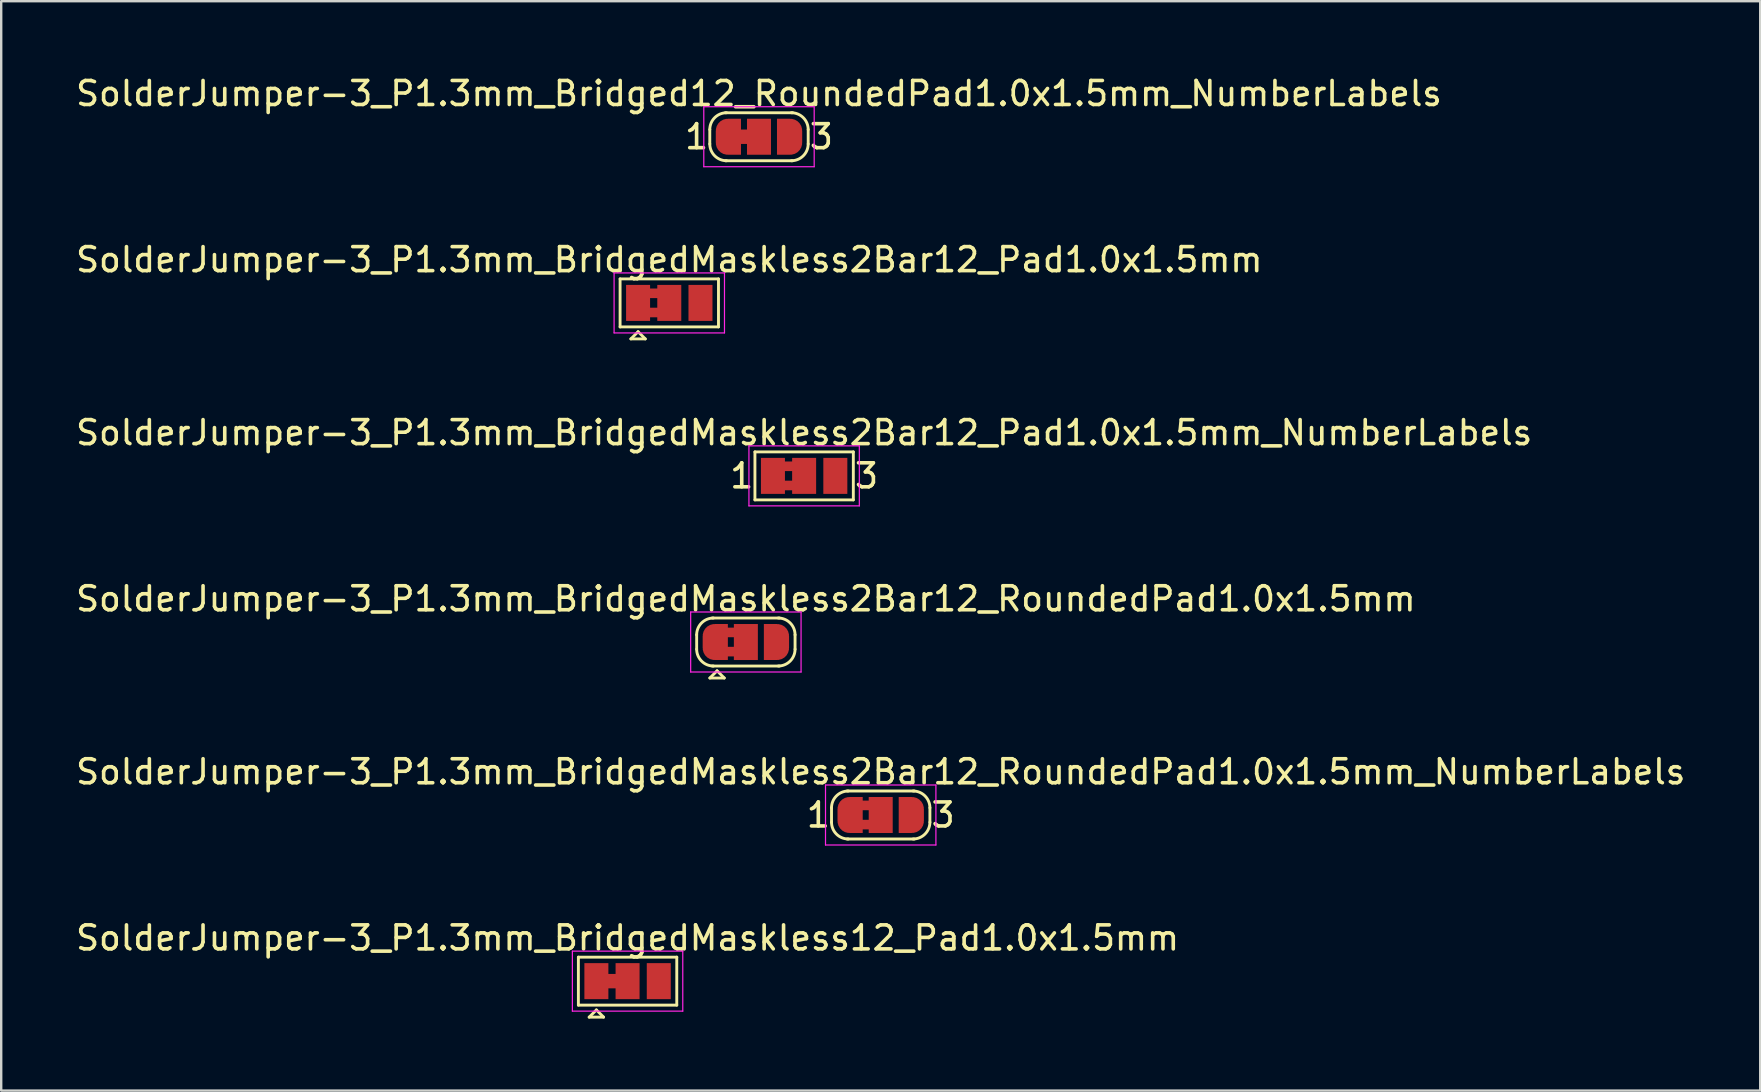
<source format=kicad_pcb>
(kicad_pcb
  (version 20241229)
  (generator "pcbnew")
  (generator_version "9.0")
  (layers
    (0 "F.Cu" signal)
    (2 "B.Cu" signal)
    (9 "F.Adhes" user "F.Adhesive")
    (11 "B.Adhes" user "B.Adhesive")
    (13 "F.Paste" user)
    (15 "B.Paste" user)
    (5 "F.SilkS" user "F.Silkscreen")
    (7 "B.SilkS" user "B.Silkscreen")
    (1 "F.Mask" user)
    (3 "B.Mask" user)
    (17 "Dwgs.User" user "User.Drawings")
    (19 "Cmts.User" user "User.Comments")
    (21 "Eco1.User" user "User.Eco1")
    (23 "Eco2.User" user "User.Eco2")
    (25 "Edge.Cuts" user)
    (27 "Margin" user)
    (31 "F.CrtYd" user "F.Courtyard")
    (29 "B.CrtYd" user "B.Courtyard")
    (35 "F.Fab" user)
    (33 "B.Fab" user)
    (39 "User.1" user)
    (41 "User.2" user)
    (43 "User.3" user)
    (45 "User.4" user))
  (footprint "SolderJumper-3_P1.3mm_BridgedMaskless2Bar12_RoundedPad1.0x1.5mm_NumberLabels"
    (layer "F.Cu")
    (at 33.649 30.911)
    (property "Reference" "SolderJumper-3_P1.3mm_BridgedMaskless2Bar12_RoundedPad1.0x1.5mm_NumberLabels" (at 0 -1.8 0) (layer "F.SilkS") (effects (font (size 1 1) (thickness 0.15))))
    (attr exclude_from_pos_files exclude_from_bom)
    (fp_poly (pts (xy -0.9 -0.6) (xy -0.4 -0.6) (xy -0.4 -0.2) (xy -0.9 -0.2)) (stroke (width 0) (type solid)) (fill yes) (layer "F.Cu"))
    (fp_poly (pts (xy -0.9 0.2) (xy -0.4 0.2) (xy -0.4 0.6) (xy -0.9 0.6)) (stroke (width 0) (type solid)) (fill yes) (layer "F.Cu"))
    (fp_poly (pts (xy -0.9 -0.6) (xy -0.4 -0.6) (xy -0.4 -0.2) (xy -0.9 -0.2)) (stroke (width 0) (type solid)) (fill yes) (layer "F.Mask"))
    (fp_poly (pts (xy -0.9 0.2) (xy -0.4 0.2) (xy -0.4 0.6) (xy -0.9 0.6)) (stroke (width 0) (type solid)) (fill yes) (layer "F.Mask"))
    (fp_line (start -2.05 0.3) (end -2.05 -0.3) (stroke (width 0.12) (type solid)) (layer "F.SilkS"))
    (fp_line (start -1.4 -1) (end 1.4 -1) (stroke (width 0.12) (type solid)) (layer "F.SilkS"))
    (fp_line (start 1.4 1) (end -1.4 1) (stroke (width 0.12) (type solid)) (layer "F.SilkS"))
    (fp_line (start 2.05 -0.3) (end 2.05 0.3) (stroke (width 0.12) (type solid)) (layer "F.SilkS"))
    (fp_arc (start -2.05 -0.3) (mid -1.844975 -0.794975) (end -1.35 -1) (stroke (width 0.12) (type solid)) (layer "F.SilkS"))
    (fp_arc (start -1.35 1) (mid -1.844975 0.794975) (end -2.05 0.3) (stroke (width 0.12) (type solid)) (layer "F.SilkS"))
    (fp_arc (start 1.35 -1) (mid 1.844975 -0.794975) (end 2.05 -0.3) (stroke (width 0.12) (type solid)) (layer "F.SilkS"))
    (fp_arc (start 2.05 0.3) (mid 1.844975 0.794975) (end 1.35 1) (stroke (width 0.12) (type solid)) (layer "F.SilkS"))
    (fp_line (start -2.3 -1.25) (end -2.3 1.25) (stroke (width 0.05) (type solid)) (layer "F.CrtYd"))
    (fp_line (start -2.3 -1.25) (end 2.3 -1.25) (stroke (width 0.05) (type solid)) (layer "F.CrtYd"))
    (fp_line (start 2.3 1.25) (end -2.3 1.25) (stroke (width 0.05) (type solid)) (layer "F.CrtYd"))
    (fp_line (start 2.3 1.25) (end 2.3 -1.25) (stroke (width 0.05) (type solid)) (layer "F.CrtYd"))
    (fp_text user "1" (at -2.6 0 0) (layer "F.SilkS") (effects (font (size 1 1) (thickness 0.15))))
    (fp_text user "3" (at 2.6 0 0) (layer "F.SilkS") (effects (font (size 1 1) (thickness 0.15))))
    (pad "1" smd custom (at -1.3 0) (size 1 0.5) (layers "F.Cu" "F.Mask") (options (anchor rect)) (primitives (gr_circle (center 0 0.25) (end 0.5 0.25) (width 0) (fill yes)) (gr_circle (center 0 -0.25) (end 0.5 -0.25) (width 0) (fill yes)) (gr_poly (pts (xy 0.55 0.75) (xy 0 0.75) (xy 0 -0.75) (xy 0.55 -0.75)) (width 0) (fill yes))))
    (pad "2" smd rect (at 0 0) (size 1 1.5) (layers "F.Cu" "F.Mask"))
    (pad "3" smd custom (at 1.3 0) (size 1 0.5) (layers "F.Cu" "F.Mask") (options (anchor rect)) (primitives (gr_circle (center 0 0.25) (end 0.5 0.25) (width 0) (fill yes)) (gr_circle (center 0 -0.25) (end 0.5 -0.25) (width 0) (fill yes)) (gr_poly (pts (xy 0 0.75) (xy -0.55 0.75) (xy -0.55 -0.75) (xy 0 -0.75)) (width 0) (fill yes)))))
  (footprint "SolderJumper-3_P1.3mm_Bridged12_RoundedPad1.0x1.5mm_NumberLabels"
    (layer "F.Cu")
    (at 28.577 2.648)
    (property "Reference" "SolderJumper-3_P1.3mm_Bridged12_RoundedPad1.0x1.5mm_NumberLabels" (at 0 -1.8 0) (layer "F.SilkS") (effects (font (size 1 1) (thickness 0.15))))
    (attr exclude_from_pos_files exclude_from_bom)
    (fp_poly (pts (xy -0.9 -0.3) (xy -0.4 -0.3) (xy -0.4 0.3) (xy -0.9 0.3)) (stroke (width 0) (type solid)) (fill yes) (layer "F.Cu"))
    (fp_line (start -2.05 0.3) (end -2.05 -0.3) (stroke (width 0.12) (type solid)) (layer "F.SilkS"))
    (fp_line (start -1.4 -1) (end 1.4 -1) (stroke (width 0.12) (type solid)) (layer "F.SilkS"))
    (fp_line (start 1.4 1) (end -1.4 1) (stroke (width 0.12) (type solid)) (layer "F.SilkS"))
    (fp_line (start 2.05 -0.3) (end 2.05 0.3) (stroke (width 0.12) (type solid)) (layer "F.SilkS"))
    (fp_arc (start -2.05 -0.3) (mid -1.844975 -0.794975) (end -1.35 -1) (stroke (width 0.12) (type solid)) (layer "F.SilkS"))
    (fp_arc (start -1.35 1) (mid -1.844975 0.794975) (end -2.05 0.3) (stroke (width 0.12) (type solid)) (layer "F.SilkS"))
    (fp_arc (start 1.35 -1) (mid 1.844975 -0.794975) (end 2.05 -0.3) (stroke (width 0.12) (type solid)) (layer "F.SilkS"))
    (fp_arc (start 2.05 0.3) (mid 1.844975 0.794975) (end 1.35 1) (stroke (width 0.12) (type solid)) (layer "F.SilkS"))
    (fp_line (start -2.3 -1.25) (end -2.3 1.25) (stroke (width 0.05) (type solid)) (layer "F.CrtYd"))
    (fp_line (start -2.3 -1.25) (end 2.3 -1.25) (stroke (width 0.05) (type solid)) (layer "F.CrtYd"))
    (fp_line (start 2.3 1.25) (end -2.3 1.25) (stroke (width 0.05) (type solid)) (layer "F.CrtYd"))
    (fp_line (start 2.3 1.25) (end 2.3 -1.25) (stroke (width 0.05) (type solid)) (layer "F.CrtYd"))
    (fp_text user "1" (at -2.6 0 0) (layer "F.SilkS") (effects (font (size 1 1) (thickness 0.15))))
    (fp_text user "3" (at 2.6 0 0) (layer "F.SilkS") (effects (font (size 1 1) (thickness 0.15))))
    (pad "1" smd custom (at -1.3 0) (size 1 0.5) (layers "F.Cu" "F.Mask") (options (anchor rect)) (primitives (gr_poly (pts (xy 0.55 0.75) (xy 0 0.75) (xy 0 -0.75) (xy 0.55 -0.75)) (width 0) (fill yes)) (gr_circle (center 0 0.25) (end 0.5 0.25) (width 0) (fill yes)) (gr_circle (center 0 -0.25) (end 0.5 -0.25) (width 0) (fill yes))))
    (pad "2" smd rect (at 0 0) (size 1 1.5) (layers "F.Cu" "F.Mask"))
    (pad "3" smd custom (at 1.3 0) (size 1 0.5) (layers "F.Cu" "F.Mask") (options (anchor rect)) (primitives (gr_circle (center 0 0.25) (end 0.5 0.25) (width 0) (fill yes)) (gr_circle (center 0 -0.25) (end 0.5 -0.25) (width 0) (fill yes)) (gr_poly (pts (xy 0 0.75) (xy -0.55 0.75) (xy -0.55 -0.75) (xy 0 -0.75)) (width 0) (fill yes)))))
  (footprint "SolderJumper-3_P1.3mm_BridgedMaskless2Bar12_Pad1.0x1.5mm_NumberLabels"
    (layer "F.Cu")
    (at 30.458 16.78)
    (property "Reference" "SolderJumper-3_P1.3mm_BridgedMaskless2Bar12_Pad1.0x1.5mm_NumberLabels" (at 0 -1.8 0) (layer "F.SilkS") (effects (font (size 1 1) (thickness 0.15))))
    (attr exclude_from_pos_files exclude_from_bom)
    (fp_poly (pts (xy -0.9 -0.6) (xy -0.4 -0.6) (xy -0.4 -0.2) (xy -0.9 -0.2)) (stroke (width 0) (type solid)) (fill yes) (layer "F.Cu"))
    (fp_poly (pts (xy -0.9 0.2) (xy -0.4 0.2) (xy -0.4 0.6) (xy -0.9 0.6)) (stroke (width 0) (type solid)) (fill yes) (layer "F.Cu"))
    (fp_poly (pts (xy -0.9 -0.6) (xy -0.4 -0.6) (xy -0.4 -0.2) (xy -0.9 -0.2)) (stroke (width 0) (type solid)) (fill yes) (layer "F.Mask"))
    (fp_poly (pts (xy -0.9 0.2) (xy -0.4 0.2) (xy -0.4 0.6) (xy -0.9 0.6)) (stroke (width 0) (type solid)) (fill yes) (layer "F.Mask"))
    (fp_line (start -2.05 -1) (end 2.05 -1) (stroke (width 0.12) (type solid)) (layer "F.SilkS"))
    (fp_line (start -2.05 1) (end -2.05 -1) (stroke (width 0.12) (type solid)) (layer "F.SilkS"))
    (fp_line (start 2.05 -1) (end 2.05 1) (stroke (width 0.12) (type solid)) (layer "F.SilkS"))
    (fp_line (start 2.05 1) (end -2.05 1) (stroke (width 0.12) (type solid)) (layer "F.SilkS"))
    (fp_line (start -2.3 -1.25) (end -2.3 1.25) (stroke (width 0.05) (type solid)) (layer "F.CrtYd"))
    (fp_line (start -2.3 -1.25) (end 2.3 -1.25) (stroke (width 0.05) (type solid)) (layer "F.CrtYd"))
    (fp_line (start 2.3 1.25) (end -2.3 1.25) (stroke (width 0.05) (type solid)) (layer "F.CrtYd"))
    (fp_line (start 2.3 1.25) (end 2.3 -1.25) (stroke (width 0.05) (type solid)) (layer "F.CrtYd"))
    (fp_text user "3" (at 2.6 0 0) (layer "F.SilkS") (effects (font (size 1 1) (thickness 0.15))))
    (fp_text user "1" (at -2.6 0 0) (layer "F.SilkS") (effects (font (size 1 1) (thickness 0.15))))
    (pad "1" smd rect (at -1.3 0) (size 1 1.5) (layers "F.Cu" "F.Mask"))
    (pad "2" smd rect (at 0 0) (size 1 1.5) (layers "F.Cu" "F.Mask"))
    (pad "3" smd rect (at 1.3 0) (size 1 1.5) (layers "F.Cu" "F.Mask")))
  (footprint "SolderJumper-3_P1.3mm_BridgedMaskless2Bar12_Pad1.0x1.5mm"
    (layer "F.Cu")
    (at 24.839 9.572)
    (property "Reference" "SolderJumper-3_P1.3mm_BridgedMaskless2Bar12_Pad1.0x1.5mm" (at 0 -1.8 0) (layer "F.SilkS") (effects (font (size 1 1) (thickness 0.15))))
    (attr exclude_from_pos_files exclude_from_bom)
    (fp_poly (pts (xy -0.9 -0.6) (xy -0.4 -0.6) (xy -0.4 -0.2) (xy -0.9 -0.2)) (stroke (width 0) (type solid)) (fill yes) (layer "F.Cu"))
    (fp_poly (pts (xy -0.9 0.2) (xy -0.4 0.2) (xy -0.4 0.6) (xy -0.9 0.6)) (stroke (width 0) (type solid)) (fill yes) (layer "F.Cu"))
    (fp_poly (pts (xy -0.9 -0.6) (xy -0.4 -0.6) (xy -0.4 -0.2) (xy -0.9 -0.2)) (stroke (width 0) (type solid)) (fill yes) (layer "F.Mask"))
    (fp_poly (pts (xy -0.9 0.2) (xy -0.4 0.2) (xy -0.4 0.6) (xy -0.9 0.6)) (stroke (width 0) (type solid)) (fill yes) (layer "F.Mask"))
    (fp_line (start -2.05 -1) (end 2.05 -1) (stroke (width 0.12) (type solid)) (layer "F.SilkS"))
    (fp_line (start -2.05 1) (end -2.05 -1) (stroke (width 0.12) (type solid)) (layer "F.SilkS"))
    (fp_line (start -1.6 1.5) (end -1 1.5) (stroke (width 0.12) (type solid)) (layer "F.SilkS"))
    (fp_line (start -1.3 1.2) (end -1.6 1.5) (stroke (width 0.12) (type solid)) (layer "F.SilkS"))
    (fp_line (start -1.3 1.2) (end -1 1.5) (stroke (width 0.12) (type solid)) (layer "F.SilkS"))
    (fp_line (start 2.05 -1) (end 2.05 1) (stroke (width 0.12) (type solid)) (layer "F.SilkS"))
    (fp_line (start 2.05 1) (end -2.05 1) (stroke (width 0.12) (type solid)) (layer "F.SilkS"))
    (fp_line (start -2.3 -1.25) (end -2.3 1.25) (stroke (width 0.05) (type solid)) (layer "F.CrtYd"))
    (fp_line (start -2.3 -1.25) (end 2.3 -1.25) (stroke (width 0.05) (type solid)) (layer "F.CrtYd"))
    (fp_line (start 2.3 1.25) (end -2.3 1.25) (stroke (width 0.05) (type solid)) (layer "F.CrtYd"))
    (fp_line (start 2.3 1.25) (end 2.3 -1.25) (stroke (width 0.05) (type solid)) (layer "F.CrtYd"))
    (pad "1" smd rect (at -1.3 0) (size 1 1.5) (layers "F.Cu" "F.Mask"))
    (pad "2" smd rect (at 0 0) (size 1 1.5) (layers "F.Cu" "F.Mask"))
    (pad "3" smd rect (at 1.3 0) (size 1 1.5) (layers "F.Cu" "F.Mask")))
  (footprint "SolderJumper-3_P1.3mm_BridgedMaskless12_Pad1.0x1.5mm"
    (layer "F.Cu")
    (at 23.101 37.834)
    (property "Reference" "SolderJumper-3_P1.3mm_BridgedMaskless12_Pad1.0x1.5mm" (at 0 -1.8 0) (layer "F.SilkS") (effects (font (size 1 1) (thickness 0.15))))
    (attr exclude_from_pos_files exclude_from_bom)
    (fp_poly (pts (xy -0.9 -0.3) (xy -0.4 -0.3) (xy -0.4 0.3) (xy -0.9 0.3)) (stroke (width 0) (type solid)) (fill yes) (layer "F.Cu"))
    (fp_poly (pts (xy -0.9 -0.3) (xy -0.4 -0.3) (xy -0.4 0.3) (xy -0.9 0.3)) (stroke (width 0) (type solid)) (fill yes) (layer "F.Mask"))
    (fp_line (start -2.05 -1) (end 2.05 -1) (stroke (width 0.12) (type solid)) (layer "F.SilkS"))
    (fp_line (start -2.05 1) (end -2.05 -1) (stroke (width 0.12) (type solid)) (layer "F.SilkS"))
    (fp_line (start -1.6 1.5) (end -1 1.5) (stroke (width 0.12) (type solid)) (layer "F.SilkS"))
    (fp_line (start -1.3 1.2) (end -1.6 1.5) (stroke (width 0.12) (type solid)) (layer "F.SilkS"))
    (fp_line (start -1.3 1.2) (end -1 1.5) (stroke (width 0.12) (type solid)) (layer "F.SilkS"))
    (fp_line (start 2.05 -1) (end 2.05 1) (stroke (width 0.12) (type solid)) (layer "F.SilkS"))
    (fp_line (start 2.05 1) (end -2.05 1) (stroke (width 0.12) (type solid)) (layer "F.SilkS"))
    (fp_line (start -2.3 -1.25) (end -2.3 1.25) (stroke (width 0.05) (type solid)) (layer "F.CrtYd"))
    (fp_line (start -2.3 -1.25) (end 2.3 -1.25) (stroke (width 0.05) (type solid)) (layer "F.CrtYd"))
    (fp_line (start 2.3 1.25) (end -2.3 1.25) (stroke (width 0.05) (type solid)) (layer "F.CrtYd"))
    (fp_line (start 2.3 1.25) (end 2.3 -1.25) (stroke (width 0.05) (type solid)) (layer "F.CrtYd"))
    (pad "1" smd rect (at -1.3 0) (size 1 1.5) (layers "F.Cu" "F.Mask"))
    (pad "2" smd rect (at 0 0) (size 1 1.5) (layers "F.Cu" "F.Mask"))
    (pad "3" smd rect (at 1.3 0) (size 1 1.5) (layers "F.Cu" "F.Mask")))
  (footprint "SolderJumper-3_P1.3mm_BridgedMaskless2Bar12_RoundedPad1.0x1.5mm"
    (layer "F.Cu")
    (at 28.03 23.703)
    (property "Reference" "SolderJumper-3_P1.3mm_BridgedMaskless2Bar12_RoundedPad1.0x1.5mm" (at 0 -1.8 0) (layer "F.SilkS") (effects (font (size 1 1) (thickness 0.15))))
    (attr exclude_from_pos_files exclude_from_bom)
    (fp_poly (pts (xy -0.9 -0.6) (xy -0.4 -0.6) (xy -0.4 -0.2) (xy -0.9 -0.2)) (stroke (width 0) (type solid)) (fill yes) (layer "F.Cu"))
    (fp_poly (pts (xy -0.9 0.2) (xy -0.4 0.2) (xy -0.4 0.6) (xy -0.9 0.6)) (stroke (width 0) (type solid)) (fill yes) (layer "F.Cu"))
    (fp_poly (pts (xy -0.9 -0.6) (xy -0.4 -0.6) (xy -0.4 -0.2) (xy -0.9 -0.2)) (stroke (width 0) (type solid)) (fill yes) (layer "F.Mask"))
    (fp_poly (pts (xy -0.9 0.2) (xy -0.4 0.2) (xy -0.4 0.6) (xy -0.9 0.6)) (stroke (width 0) (type solid)) (fill yes) (layer "F.Mask"))
    (fp_line (start -2.05 0.3) (end -2.05 -0.3) (stroke (width 0.12) (type solid)) (layer "F.SilkS"))
    (fp_line (start -1.5 1.5) (end -0.9 1.5) (stroke (width 0.12) (type solid)) (layer "F.SilkS"))
    (fp_line (start -1.4 -1) (end 1.4 -1) (stroke (width 0.12) (type solid)) (layer "F.SilkS"))
    (fp_line (start -1.2 1.2) (end -1.5 1.5) (stroke (width 0.12) (type solid)) (layer "F.SilkS"))
    (fp_line (start -1.2 1.2) (end -0.9 1.5) (stroke (width 0.12) (type solid)) (layer "F.SilkS"))
    (fp_line (start 1.4 1) (end -1.4 1) (stroke (width 0.12) (type solid)) (layer "F.SilkS"))
    (fp_line (start 2.05 -0.3) (end 2.05 0.3) (stroke (width 0.12) (type solid)) (layer "F.SilkS"))
    (fp_arc (start -2.05 -0.3) (mid -1.844975 -0.794975) (end -1.35 -1) (stroke (width 0.12) (type solid)) (layer "F.SilkS"))
    (fp_arc (start -1.35 1) (mid -1.844975 0.794975) (end -2.05 0.3) (stroke (width 0.12) (type solid)) (layer "F.SilkS"))
    (fp_arc (start 1.35 -1) (mid 1.844975 -0.794975) (end 2.05 -0.3) (stroke (width 0.12) (type solid)) (layer "F.SilkS"))
    (fp_arc (start 2.05 0.3) (mid 1.844975 0.794975) (end 1.35 1) (stroke (width 0.12) (type solid)) (layer "F.SilkS"))
    (fp_line (start -2.3 -1.25) (end -2.3 1.25) (stroke (width 0.05) (type solid)) (layer "F.CrtYd"))
    (fp_line (start -2.3 -1.25) (end 2.3 -1.25) (stroke (width 0.05) (type solid)) (layer "F.CrtYd"))
    (fp_line (start 2.3 1.25) (end -2.3 1.25) (stroke (width 0.05) (type solid)) (layer "F.CrtYd"))
    (fp_line (start 2.3 1.25) (end 2.3 -1.25) (stroke (width 0.05) (type solid)) (layer "F.CrtYd"))
    (pad "1" smd custom (at -1.3 0) (size 1 0.5) (layers "F.Cu" "F.Mask") (options (anchor rect)) (primitives (gr_circle (center 0 0.25) (end 0.5 0.25) (width 0) (fill yes)) (gr_circle (center 0 -0.25) (end 0.5 -0.25) (width 0) (fill yes)) (gr_poly (pts (xy 0.55 0.75) (xy 0 0.75) (xy 0 -0.75) (xy 0.55 -0.75)) (width 0) (fill yes))))
    (pad "2" smd rect (at 0 0) (size 1 1.5) (layers "F.Cu" "F.Mask"))
    (pad "3" smd custom (at 1.3 0) (size 1 0.5) (layers "F.Cu" "F.Mask") (options (anchor rect)) (primitives (gr_circle (center 0 0.25) (end 0.5 0.25) (width 0) (fill yes)) (gr_circle (center 0 -0.25) (end 0.5 -0.25) (width 0) (fill yes)) (gr_poly (pts (xy 0 0.75) (xy -0.55 0.75) (xy -0.55 -0.75) (xy 0 -0.75)) (width 0) (fill yes)))))
  (gr_rect
    (start -3 -3)
    (end 70.298 42.395)
    (stroke (width 0.1) (type default))
    (fill no)
    (layer "Edge.Cuts")))
</source>
